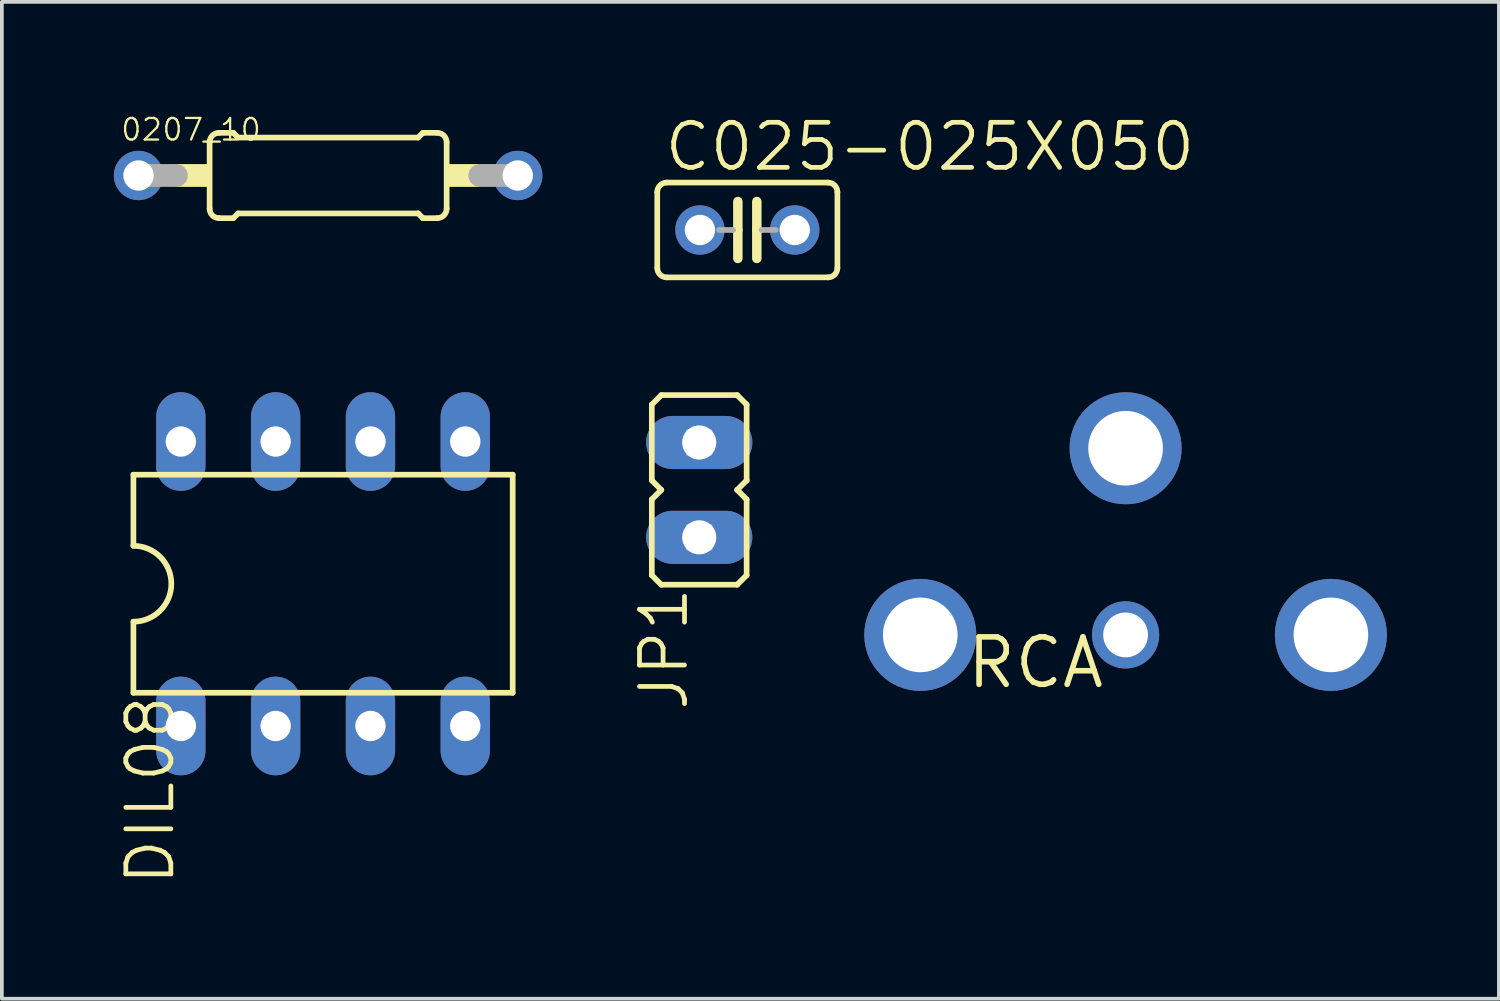
<source format=kicad_pcb>
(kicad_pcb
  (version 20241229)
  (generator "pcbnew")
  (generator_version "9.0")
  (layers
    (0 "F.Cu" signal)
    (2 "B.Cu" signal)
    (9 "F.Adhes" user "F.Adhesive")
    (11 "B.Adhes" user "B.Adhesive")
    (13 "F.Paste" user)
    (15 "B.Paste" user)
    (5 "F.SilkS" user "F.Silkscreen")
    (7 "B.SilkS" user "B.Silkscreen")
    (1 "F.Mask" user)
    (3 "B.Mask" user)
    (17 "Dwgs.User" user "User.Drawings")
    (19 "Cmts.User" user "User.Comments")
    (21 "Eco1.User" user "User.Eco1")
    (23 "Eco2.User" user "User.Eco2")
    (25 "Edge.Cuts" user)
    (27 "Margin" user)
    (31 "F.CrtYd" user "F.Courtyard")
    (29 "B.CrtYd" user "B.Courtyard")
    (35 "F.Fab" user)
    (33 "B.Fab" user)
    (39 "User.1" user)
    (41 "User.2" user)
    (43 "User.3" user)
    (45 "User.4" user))
  (footprint "RCA"
    (layer "F.Cu")
    (at 26.603 13.958)
    (property "Reference" "RCA" (at 0 0 0) (layer "F.SilkS") (effects (font (size 1.27 1.27) (thickness 0.15)) (justify right top)))
    (attr through_hole)
    (pad "GND" thru_hole circle (at -5 0) (size 3 3) (drill 2) (layers "*.Cu" "*.Mask"))
    (pad "GND1" thru_hole circle (at 0.5 -5) (size 3 3) (drill 2) (layers "*.Cu" "*.Mask"))
    (pad "GND2" thru_hole circle (at 6 0) (size 3 3) (drill 2) (layers "*.Cu" "*.Mask"))
    (pad "OUTPUT" thru_hole circle (at 0.5 0 180) (size 1.8 1.8) (drill 1.2) (layers "*.Cu" "*.Mask")))
  (footprint "C025-025X050"
    (layer "F.Cu")
    (at 16.97 3.111)
    (property "Reference" "C025-025X050" (at -2.286 -1.524 0) (layer "F.SilkS") (effects (font (size 1.206 1.206) (thickness 0.127)) (justify left bottom)))
    (attr through_hole)
    (fp_line (start -2.413 -1.016) (end -2.413 1.016) (stroke (width 0.152) (type solid)) (layer "F.SilkS"))
    (fp_line (start -2.159 -1.27) (end 2.159 -1.27) (stroke (width 0.152) (type solid)) (layer "F.SilkS"))
    (fp_line (start -0.254 -0.762) (end -0.254 0) (stroke (width 0.254) (type solid)) (layer "F.SilkS"))
    (fp_line (start -0.254 0) (end -0.381 0) (stroke (width 0.152) (type solid)) (layer "F.SilkS"))
    (fp_line (start -0.254 0) (end -0.254 0.762) (stroke (width 0.254) (type solid)) (layer "F.SilkS"))
    (fp_line (start 0.254 0) (end 0.254 -0.762) (stroke (width 0.254) (type solid)) (layer "F.SilkS"))
    (fp_line (start 0.254 0) (end 0.254 0.762) (stroke (width 0.254) (type solid)) (layer "F.SilkS"))
    (fp_line (start 0.381 0) (end 0.254 0) (stroke (width 0.152) (type solid)) (layer "F.SilkS"))
    (fp_line (start 2.159 1.27) (end -2.159 1.27) (stroke (width 0.152) (type solid)) (layer "F.SilkS"))
    (fp_line (start 2.413 -1.016) (end 2.413 1.016) (stroke (width 0.152) (type solid)) (layer "F.SilkS"))
    (fp_arc (start -2.413 -1.016) (mid -2.338605 -1.195605) (end -2.159 -1.27) (stroke (width 0.1524) (type solid)) (layer "F.SilkS"))
    (fp_arc (start -2.159 1.27) (mid -2.338605 1.195605) (end -2.413 1.016) (stroke (width 0.1524) (type solid)) (layer "F.SilkS"))
    (fp_arc (start 2.159 -1.27) (mid 2.338605 -1.195605) (end 2.413 -1.016) (stroke (width 0.1524) (type solid)) (layer "F.SilkS"))
    (fp_arc (start 2.413 1.016) (mid 2.338605 1.195605) (end 2.159 1.27) (stroke (width 0.1524) (type solid)) (layer "F.SilkS"))
    (fp_line (start -0.381 0) (end -0.762 0) (stroke (width 0.152) (type solid)) (layer "F.Fab"))
    (fp_line (start 0.762 0) (end 0.381 0) (stroke (width 0.152) (type solid)) (layer "F.Fab"))
    (pad "1" thru_hole circle (at -1.27 0) (size 1.321 1.321) (drill 0.813) (layers "*.Cu" "*.Mask"))
    (pad "2" thru_hole circle (at 1.27 0) (size 1.321 1.321) (drill 0.813) (layers "*.Cu" "*.Mask")))
  (footprint "0207_10"
    (layer "F.Cu")
    (at 5.74 1.651)
    (property "Reference" "0207_10" (at -5.588 -0.889 0) (layer "F.SilkS") (effects (font (size 0.579 0.579) (thickness 0.061)) (justify left bottom)))
    (attr through_hole)
    (fp_line (start -3.175 0.889) (end -3.175 -0.889) (stroke (width 0.152) (type solid)) (layer "F.SilkS"))
    (fp_line (start -2.921 -1.143) (end -2.54 -1.143) (stroke (width 0.152) (type solid)) (layer "F.SilkS"))
    (fp_line (start -2.921 1.143) (end -2.54 1.143) (stroke (width 0.152) (type solid)) (layer "F.SilkS"))
    (fp_line (start -2.413 -1.016) (end -2.54 -1.143) (stroke (width 0.152) (type solid)) (layer "F.SilkS"))
    (fp_line (start -2.413 1.016) (end -2.54 1.143) (stroke (width 0.152) (type solid)) (layer "F.SilkS"))
    (fp_line (start 2.413 -1.016) (end -2.413 -1.016) (stroke (width 0.152) (type solid)) (layer "F.SilkS"))
    (fp_line (start 2.413 -1.016) (end 2.54 -1.143) (stroke (width 0.152) (type solid)) (layer "F.SilkS"))
    (fp_line (start 2.413 1.016) (end -2.413 1.016) (stroke (width 0.152) (type solid)) (layer "F.SilkS"))
    (fp_line (start 2.413 1.016) (end 2.54 1.143) (stroke (width 0.152) (type solid)) (layer "F.SilkS"))
    (fp_line (start 2.921 -1.143) (end 2.54 -1.143) (stroke (width 0.152) (type solid)) (layer "F.SilkS"))
    (fp_line (start 2.921 1.143) (end 2.54 1.143) (stroke (width 0.152) (type solid)) (layer "F.SilkS"))
    (fp_line (start 3.175 0.889) (end 3.175 -0.889) (stroke (width 0.152) (type solid)) (layer "F.SilkS"))
    (fp_arc (start -3.175 -0.889) (mid -3.100605 -1.068605) (end -2.921 -1.143) (stroke (width 0.1524) (type solid)) (layer "F.SilkS"))
    (fp_arc (start -2.921 1.143) (mid -3.100605 1.068605) (end -3.175 0.889) (stroke (width 0.1524) (type solid)) (layer "F.SilkS"))
    (fp_arc (start 2.921 -1.143) (mid 3.100605 -1.068605) (end 3.175 -0.889) (stroke (width 0.1524) (type solid)) (layer "F.SilkS"))
    (fp_arc (start 3.175 0.889) (mid 3.100605 1.068605) (end 2.921 1.143) (stroke (width 0.1524) (type solid)) (layer "F.SilkS"))
    (fp_poly (pts (xy -4.039 0.305) (xy -3.175 0.305) (xy -3.175 -0.305) (xy -4.039 -0.305)) (stroke (width 0) (type solid)) (fill yes) (layer "F.SilkS"))
    (fp_poly (pts (xy 3.175 0.305) (xy 4.039 0.305) (xy 4.039 -0.305) (xy 3.175 -0.305)) (stroke (width 0) (type solid)) (fill yes) (layer "F.SilkS"))
    (fp_line (start -5.08 0) (end -4.064 0) (stroke (width 0.61) (type solid)) (layer "F.Fab"))
    (fp_line (start 5.08 0) (end 4.064 0) (stroke (width 0.61) (type solid)) (layer "F.Fab"))
    (pad "1" thru_hole circle (at -5.08 0) (size 1.321 1.321) (drill 0.813) (layers "*.Cu" "*.Mask"))
    (pad "2" thru_hole circle (at 5.08 0) (size 1.321 1.321) (drill 0.813) (layers "*.Cu" "*.Mask")))
  (footprint "JP1"
    (layer "F.Cu")
    (at 15.681 10.074)
    (property "Reference" "JP1" (at -1.651 2.54 90) (layer "F.SilkS") (effects (font (size 1.206 1.206) (thickness 0.127)) (justify right top)))
    (attr through_hole)
    (fp_line (start -1.27 -2.286) (end -1.27 -0.254) (stroke (width 0.152) (type solid)) (layer "F.SilkS"))
    (fp_line (start -1.27 -2.286) (end -1.016 -2.54) (stroke (width 0.152) (type solid)) (layer "F.SilkS"))
    (fp_line (start -1.27 0.254) (end -1.27 2.286) (stroke (width 0.152) (type solid)) (layer "F.SilkS"))
    (fp_line (start -1.016 0) (end -1.27 -0.254) (stroke (width 0.152) (type solid)) (layer "F.SilkS"))
    (fp_line (start -1.016 0) (end -1.27 0.254) (stroke (width 0.152) (type solid)) (layer "F.SilkS"))
    (fp_line (start -1.016 2.54) (end -1.27 2.286) (stroke (width 0.152) (type solid)) (layer "F.SilkS"))
    (fp_line (start -1.016 2.54) (end 1.016 2.54) (stroke (width 0.152) (type solid)) (layer "F.SilkS"))
    (fp_line (start 1.016 -2.54) (end -1.016 -2.54) (stroke (width 0.152) (type solid)) (layer "F.SilkS"))
    (fp_line (start 1.016 0) (end 1.27 -0.254) (stroke (width 0.152) (type solid)) (layer "F.SilkS"))
    (fp_line (start 1.016 0) (end 1.27 0.254) (stroke (width 0.152) (type solid)) (layer "F.SilkS"))
    (fp_line (start 1.016 2.54) (end 1.27 2.286) (stroke (width 0.152) (type solid)) (layer "F.SilkS"))
    (fp_line (start 1.27 -2.286) (end 1.016 -2.54) (stroke (width 0.152) (type solid)) (layer "F.SilkS"))
    (fp_line (start 1.27 -2.286) (end 1.27 -0.254) (stroke (width 0.152) (type solid)) (layer "F.SilkS"))
    (fp_line (start 1.27 0.254) (end 1.27 2.286) (stroke (width 0.152) (type solid)) (layer "F.SilkS"))
    (fp_poly (pts (xy -0.305 -0.965) (xy 0.305 -0.965) (xy 0.305 -1.575) (xy -0.305 -1.575)) (stroke (width 0.1) (type solid)) (fill no) (layer "F.Fab"))
    (fp_poly (pts (xy -0.305 1.575) (xy 0.305 1.575) (xy 0.305 0.965) (xy -0.305 0.965)) (stroke (width 0.1) (type solid)) (fill no) (layer "F.Fab"))
    (pad "1" thru_hole oval (at 0 1.27) (size 2.845 1.422) (drill 0.914) (layers "*.Cu" "*.Mask"))
    (pad "2" thru_hole oval (at 0 -1.27) (size 2.845 1.422) (drill 0.914) (layers "*.Cu" "*.Mask")))
  (footprint "DIL08"
    (layer "F.Cu")
    (at 5.604 12.588)
    (property "Reference" "DIL08" (at -5.334 2.921 90) (layer "F.SilkS") (effects (font (size 1.206 1.206) (thickness 0.127)) (justify right top)))
    (attr through_hole)
    (fp_line (start -5.08 -2.921) (end -5.08 -1.016) (stroke (width 0.152) (type solid)) (layer "F.SilkS"))
    (fp_line (start -5.08 2.921) (end -5.08 1.016) (stroke (width 0.152) (type solid)) (layer "F.SilkS"))
    (fp_line (start -5.08 2.921) (end 5.08 2.921) (stroke (width 0.152) (type solid)) (layer "F.SilkS"))
    (fp_line (start 5.08 -2.921) (end -5.08 -2.921) (stroke (width 0.152) (type solid)) (layer "F.SilkS"))
    (fp_line (start 5.08 -2.921) (end 5.08 2.921) (stroke (width 0.152) (type solid)) (layer "F.SilkS"))
    (fp_arc (start -5.08 -1.016) (mid -4.064 0) (end -5.08 1.016) (stroke (width 0.1524) (type solid)) (layer "F.SilkS"))
    (pad "1" thru_hole oval (at -3.81 3.81 90) (size 2.642 1.321) (drill 0.813) (layers "*.Cu" "*.Mask"))
    (pad "2" thru_hole oval (at -1.27 3.81 90) (size 2.642 1.321) (drill 0.813) (layers "*.Cu" "*.Mask"))
    (pad "3" thru_hole oval (at 1.27 3.81 90) (size 2.642 1.321) (drill 0.813) (layers "*.Cu" "*.Mask"))
    (pad "4" thru_hole oval (at 3.81 3.81 90) (size 2.642 1.321) (drill 0.813) (layers "*.Cu" "*.Mask"))
    (pad "5" thru_hole oval (at 3.81 -3.81 90) (size 2.642 1.321) (drill 0.813) (layers "*.Cu" "*.Mask"))
    (pad "6" thru_hole oval (at 1.27 -3.81 90) (size 2.642 1.321) (drill 0.813) (layers "*.Cu" "*.Mask"))
    (pad "7" thru_hole oval (at -1.27 -3.81 90) (size 2.642 1.321) (drill 0.813) (layers "*.Cu" "*.Mask"))
    (pad "8" thru_hole oval (at -3.81 -3.81 90) (size 2.642 1.321) (drill 0.813) (layers "*.Cu" "*.Mask")))
  (gr_rect
    (start -3 -3)
    (end 37.103 23.705)
    (stroke (width 0.1) (type default))
    (fill no)
    (layer "Edge.Cuts")))
</source>
